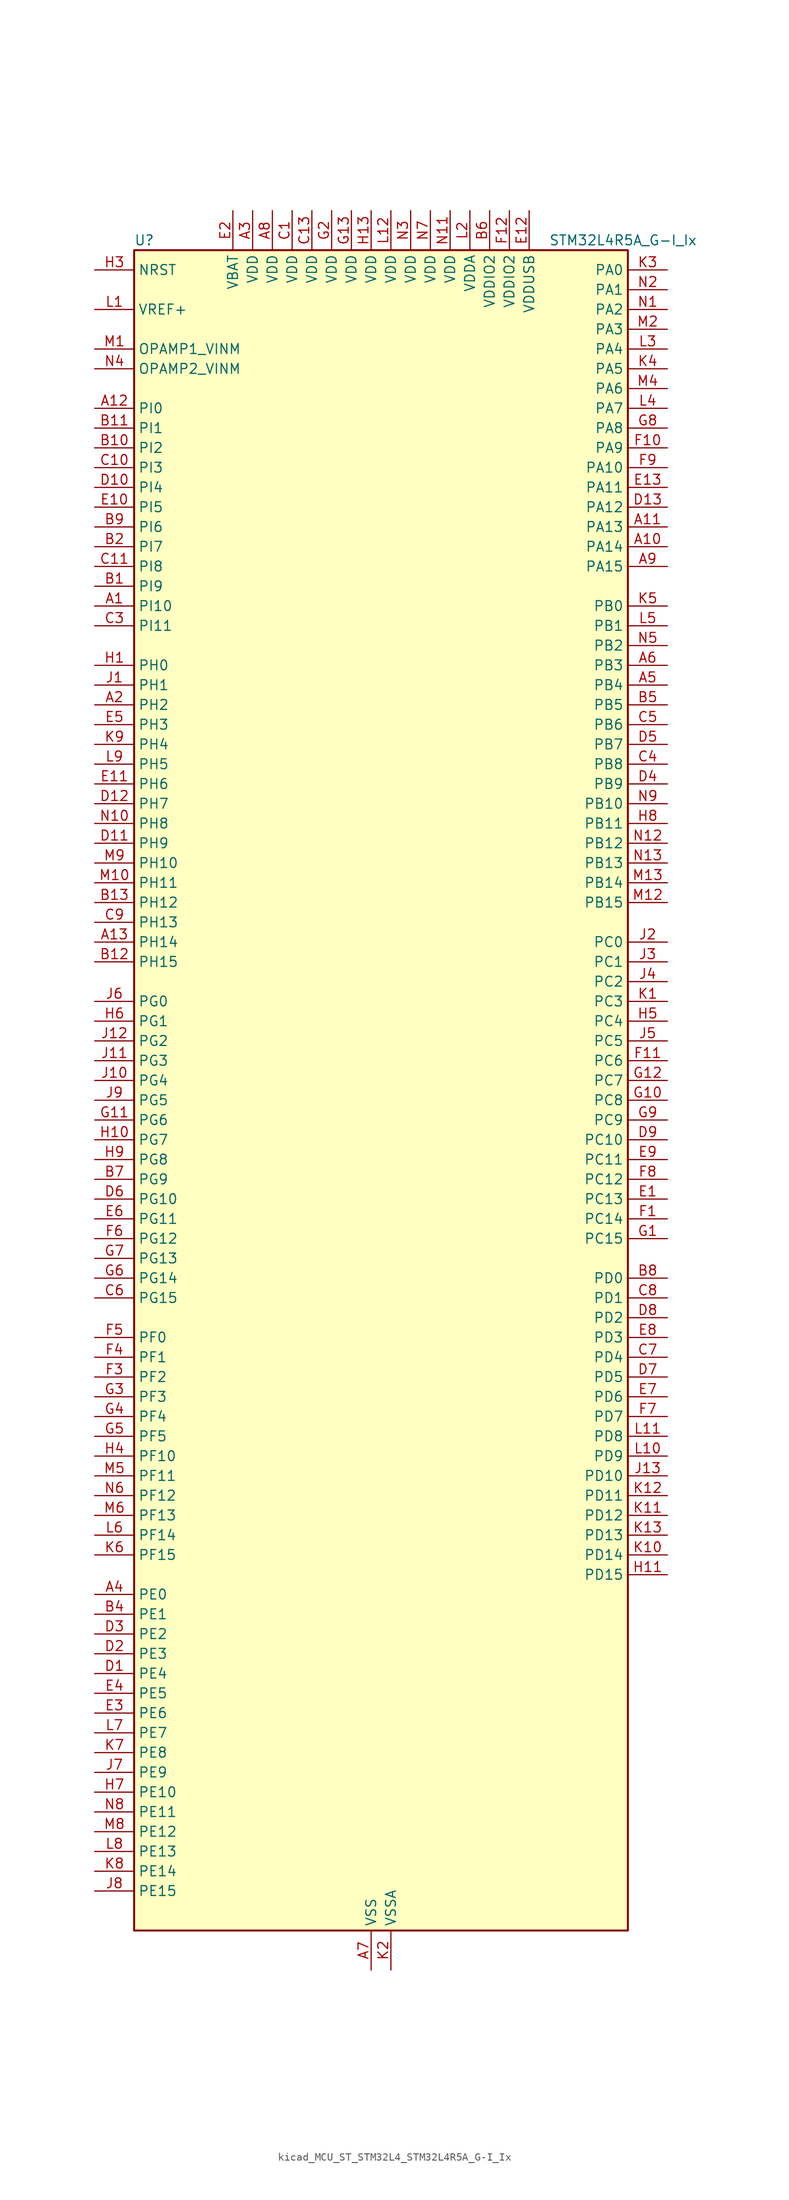
<source format=kicad_sym>
(kicad_symbol_lib
  (version 20220914)
  (generator kicad_symbol_editor)
  (symbol "kicad_MCU_ST_STM32L4_STM32L4R5A_G-I_Ix"
    (property "Reference" "U"
      (at -30.48 110.49 0)
      (effects (font (size 1.27 1.27)) (justify left)))
    (property "Value" "STM32L4R5A_G-I_Ix"
      (at 22.86 110.49 0)
      (effects (font (size 1.27 1.27)) (justify left)))
    (property "ki_locked" ""
      (at 0 0 0)
      (effects (font (size 1.27 1.27))))
    (symbol "kicad_MCU_ST_STM32L4_STM32L4R5A_G-I_Ix_0_1"
      (rectangle (start -30.48 -106.68) (end 33.02 109.22) (stroke (width 0.254) (type default)) (fill (type background))))
    (symbol "kicad_MCU_ST_STM32L4_STM32L4R5A_G-I_Ix_1_1"
      (pin bidirectional line (at -35.56 63.5 0) (length 5.08) (name "PI10" (effects (font (size 1.27 1.27)))) (number "A1" (effects (font (size 1.27 1.27)))) (alternate "OCTOSPIM_P2_IO1" bidirectional line))
      (pin bidirectional line (at 38.1 71.12 180) (length 5.08) (name "PA14" (effects (font (size 1.27 1.27)))) (number "A10" (effects (font (size 1.27 1.27)))) (alternate "I2C1_SMBA" bidirectional line) (alternate "I2C4_SMBA" bidirectional line) (alternate "LPTIM1_OUT" bidirectional line) (alternate "SAI1_FS_B" bidirectional line) (alternate "SYS_JTCK-SWCLK" bidirectional line) (alternate "USB_OTG_FS_SOF" bidirectional line))
      (pin bidirectional line (at 38.1 73.66 180) (length 5.08) (name "PA13" (effects (font (size 1.27 1.27)))) (number "A11" (effects (font (size 1.27 1.27)))) (alternate "IR_OUT" bidirectional line) (alternate "SAI1_SD_B" bidirectional line) (alternate "SYS_JTMS-SWDIO" bidirectional line) (alternate "USB_OTG_FS_NOE" bidirectional line))
      (pin bidirectional line (at -35.56 88.9 0) (length 5.08) (name "PI0" (effects (font (size 1.27 1.27)))) (number "A12" (effects (font (size 1.27 1.27)))) (alternate "DCMI_D13" bidirectional line) (alternate "OCTOSPIM_P1_IO5" bidirectional line) (alternate "SPI2_NSS" bidirectional line) (alternate "TIM5_CH4" bidirectional line))
      (pin bidirectional line (at -35.56 20.32 0) (length 5.08) (name "PH14" (effects (font (size 1.27 1.27)))) (number "A13" (effects (font (size 1.27 1.27)))) (alternate "DCMI_D4" bidirectional line) (alternate "TIM8_CH2N" bidirectional line))
      (pin bidirectional line (at -35.56 50.8 0) (length 5.08) (name "PH2" (effects (font (size 1.27 1.27)))) (number "A2" (effects (font (size 1.27 1.27)))) (alternate "OCTOSPIM_P1_IO4" bidirectional line))
      (pin power_in line (at -15.24 114.3 270) (length 5.08) (name "VDD" (effects (font (size 1.27 1.27)))) (number "A3" (effects (font (size 1.27 1.27)))))
      (pin bidirectional line (at -35.56 -63.5 0) (length 5.08) (name "PE0" (effects (font (size 1.27 1.27)))) (number "A4" (effects (font (size 1.27 1.27)))) (alternate "DCMI_D2" bidirectional line) (alternate "FMC_NBL0" bidirectional line) (alternate "TIM16_CH1" bidirectional line) (alternate "TIM4_ETR" bidirectional line))
      (pin bidirectional line (at 38.1 53.34 180) (length 5.08) (name "PB4" (effects (font (size 1.27 1.27)))) (number "A5" (effects (font (size 1.27 1.27)))) (alternate "COMP2_INP" bidirectional line) (alternate "DCMI_D12" bidirectional line) (alternate "I2C3_SDA" bidirectional line) (alternate "SAI1_MCLK_B" bidirectional line) (alternate "SPI1_MISO" bidirectional line) (alternate "SPI3_MISO" bidirectional line) (alternate "SYS_JTRST" bidirectional line) (alternate "TIM17_BKIN" bidirectional line) (alternate "TIM3_CH1" bidirectional line) (alternate "TSC_G2_IO1" bidirectional line) (alternate "UART5_DE" bidirectional line) (alternate "UART5_RTS" bidirectional line) (alternate "USART1_CTS" bidirectional line) (alternate "USART1_NSS" bidirectional line))
      (pin bidirectional line (at 38.1 55.88 180) (length 5.08) (name "PB3" (effects (font (size 1.27 1.27)))) (number "A6" (effects (font (size 1.27 1.27)))) (alternate "COMP2_INM" bidirectional line) (alternate "CRS_SYNC" bidirectional line) (alternate "SAI1_SCK_B" bidirectional line) (alternate "SPI1_SCK" bidirectional line) (alternate "SPI3_SCK" bidirectional line) (alternate "SYS_JTDO-SWO" bidirectional line) (alternate "TIM2_CH2" bidirectional line) (alternate "USART1_DE" bidirectional line) (alternate "USART1_RTS" bidirectional line))
      (pin power_in line (at 0 -111.76 90) (length 5.08) (name "VSS" (effects (font (size 1.27 1.27)))) (number "A7" (effects (font (size 1.27 1.27)))))
      (pin power_in line (at -12.7 114.3 270) (length 5.08) (name "VDD" (effects (font (size 1.27 1.27)))) (number "A8" (effects (font (size 1.27 1.27)))))
      (pin bidirectional line (at 38.1 68.58 180) (length 5.08) (name "PA15" (effects (font (size 1.27 1.27)))) (number "A9" (effects (font (size 1.27 1.27)))) (alternate "ADC1_EXTI15" bidirectional line) (alternate "SAI2_FS_B" bidirectional line) (alternate "SPI1_NSS" bidirectional line) (alternate "SPI3_NSS" bidirectional line) (alternate "SYS_JTDI" bidirectional line) (alternate "TIM2_CH1" bidirectional line) (alternate "TIM2_ETR" bidirectional line) (alternate "TSC_G3_IO1" bidirectional line) (alternate "UART4_DE" bidirectional line) (alternate "UART4_RTS" bidirectional line) (alternate "USART2_RX" bidirectional line) (alternate "USART3_DE" bidirectional line) (alternate "USART3_RTS" bidirectional line))
      (pin bidirectional line (at -35.56 66.04 0) (length 5.08) (name "PI9" (effects (font (size 1.27 1.27)))) (number "B1" (effects (font (size 1.27 1.27)))) (alternate "CAN1_RX" bidirectional line) (alternate "DAC1_EXTI9" bidirectional line) (alternate "OCTOSPIM_P2_IO2" bidirectional line))
      (pin bidirectional line (at -35.56 83.82 0) (length 5.08) (name "PI2" (effects (font (size 1.27 1.27)))) (number "B10" (effects (font (size 1.27 1.27)))) (alternate "DCMI_D9" bidirectional line) (alternate "SPI2_MISO" bidirectional line) (alternate "TIM8_CH4" bidirectional line))
      (pin bidirectional line (at -35.56 86.36 0) (length 5.08) (name "PI1" (effects (font (size 1.27 1.27)))) (number "B11" (effects (font (size 1.27 1.27)))) (alternate "DCMI_D8" bidirectional line) (alternate "SPI2_SCK" bidirectional line))
      (pin bidirectional line (at -35.56 17.78 0) (length 5.08) (name "PH15" (effects (font (size 1.27 1.27)))) (number "B12" (effects (font (size 1.27 1.27)))) (alternate "ADC1_EXTI15" bidirectional line) (alternate "DCMI_D11" bidirectional line) (alternate "OCTOSPIM_P2_IO6" bidirectional line) (alternate "TIM8_CH3N" bidirectional line))
      (pin bidirectional line (at -35.56 25.4 0) (length 5.08) (name "PH12" (effects (font (size 1.27 1.27)))) (number "B13" (effects (font (size 1.27 1.27)))) (alternate "DCMI_D3" bidirectional line) (alternate "OCTOSPIM_P2_IO7" bidirectional line) (alternate "TIM5_CH3" bidirectional line))
      (pin bidirectional line (at -35.56 71.12 0) (length 5.08) (name "PI7" (effects (font (size 1.27 1.27)))) (number "B2" (effects (font (size 1.27 1.27)))) (alternate "DCMI_D7" bidirectional line) (alternate "TIM8_CH3" bidirectional line))
      (pin passive line (at 0 -111.76 90) (length 5.08) hide (name "VSS" (effects (font (size 1.27 1.27)))) (number "B3" (effects (font (size 1.27 1.27)))))
      (pin bidirectional line (at -35.56 -66.04 0) (length 5.08) (name "PE1" (effects (font (size 1.27 1.27)))) (number "B4" (effects (font (size 1.27 1.27)))) (alternate "DCMI_D3" bidirectional line) (alternate "FMC_NBL1" bidirectional line) (alternate "TIM17_CH1" bidirectional line))
      (pin bidirectional line (at 38.1 50.8 180) (length 5.08) (name "PB5" (effects (font (size 1.27 1.27)))) (number "B5" (effects (font (size 1.27 1.27)))) (alternate "COMP2_OUT" bidirectional line) (alternate "DCMI_D10" bidirectional line) (alternate "I2C1_SMBA" bidirectional line) (alternate "LPTIM1_IN1" bidirectional line) (alternate "SAI1_SD_B" bidirectional line) (alternate "SPI1_MOSI" bidirectional line) (alternate "SPI3_MOSI" bidirectional line) (alternate "TIM16_BKIN" bidirectional line) (alternate "TIM3_CH2" bidirectional line) (alternate "TSC_G2_IO2" bidirectional line) (alternate "UART5_CTS" bidirectional line) (alternate "USART1_CK" bidirectional line))
      (pin power_in line (at 15.24 114.3 270) (length 5.08) (name "VDDIO2" (effects (font (size 1.27 1.27)))) (number "B6" (effects (font (size 1.27 1.27)))))
      (pin bidirectional line (at -35.56 -10.16 0) (length 5.08) (name "PG9" (effects (font (size 1.27 1.27)))) (number "B7" (effects (font (size 1.27 1.27)))) (alternate "DAC1_EXTI9" bidirectional line) (alternate "FMC_NCE" bidirectional line) (alternate "FMC_NE2" bidirectional line) (alternate "OCTOSPIM_P2_IO6" bidirectional line) (alternate "SAI2_SCK_A" bidirectional line) (alternate "SPI3_SCK" bidirectional line) (alternate "TIM15_CH1N" bidirectional line) (alternate "USART1_TX" bidirectional line))
      (pin bidirectional line (at 38.1 -22.86 180) (length 5.08) (name "PD0" (effects (font (size 1.27 1.27)))) (number "B8" (effects (font (size 1.27 1.27)))) (alternate "CAN1_RX" bidirectional line) (alternate "DFSDM1_DATIN7" bidirectional line) (alternate "FMC_D2" bidirectional line) (alternate "FMC_DA2" bidirectional line) (alternate "SPI2_NSS" bidirectional line))
      (pin bidirectional line (at -35.56 73.66 0) (length 5.08) (name "PI6" (effects (font (size 1.27 1.27)))) (number "B9" (effects (font (size 1.27 1.27)))) (alternate "DCMI_D6" bidirectional line) (alternate "OCTOSPIM_P2_CLK" bidirectional line) (alternate "TIM8_CH2" bidirectional line))
      (pin power_in line (at -10.16 114.3 270) (length 5.08) (name "VDD" (effects (font (size 1.27 1.27)))) (number "C1" (effects (font (size 1.27 1.27)))))
      (pin bidirectional line (at -35.56 81.28 0) (length 5.08) (name "PI3" (effects (font (size 1.27 1.27)))) (number "C10" (effects (font (size 1.27 1.27)))) (alternate "DCMI_D10" bidirectional line) (alternate "SPI2_MOSI" bidirectional line) (alternate "TIM8_ETR" bidirectional line))
      (pin bidirectional line (at -35.56 68.58 0) (length 5.08) (name "PI8" (effects (font (size 1.27 1.27)))) (number "C11" (effects (font (size 1.27 1.27)))) (alternate "DCMI_D12" bidirectional line) (alternate "OCTOSPIM_P2_NCS" bidirectional line))
      (pin passive line (at 0 -111.76 90) (length 5.08) hide (name "VSS" (effects (font (size 1.27 1.27)))) (number "C12" (effects (font (size 1.27 1.27)))))
      (pin power_in line (at -7.62 114.3 270) (length 5.08) (name "VDD" (effects (font (size 1.27 1.27)))) (number "C13" (effects (font (size 1.27 1.27)))))
      (pin passive line (at 0 -111.76 90) (length 5.08) hide (name "VSS" (effects (font (size 1.27 1.27)))) (number "C2" (effects (font (size 1.27 1.27)))))
      (pin bidirectional line (at -35.56 60.96 0) (length 5.08) (name "PI11" (effects (font (size 1.27 1.27)))) (number "C3" (effects (font (size 1.27 1.27)))) (alternate "ADC1_EXTI11" bidirectional line) (alternate "OCTOSPIM_P2_IO0" bidirectional line))
      (pin bidirectional line (at 38.1 43.18 180) (length 5.08) (name "PB8" (effects (font (size 1.27 1.27)))) (number "C4" (effects (font (size 1.27 1.27)))) (alternate "CAN1_RX" bidirectional line) (alternate "DCMI_D6" bidirectional line) (alternate "DFSDM1_CKOUT" bidirectional line) (alternate "DFSDM1_DATIN6" bidirectional line) (alternate "I2C1_SCL" bidirectional line) (alternate "SAI1_CK1" bidirectional line) (alternate "SAI1_MCLK_A" bidirectional line) (alternate "SDMMC1_CKIN" bidirectional line) (alternate "SDMMC1_D4" bidirectional line) (alternate "TIM16_CH1" bidirectional line) (alternate "TIM4_CH3" bidirectional line))
      (pin bidirectional line (at 38.1 48.26 180) (length 5.08) (name "PB6" (effects (font (size 1.27 1.27)))) (number "C5" (effects (font (size 1.27 1.27)))) (alternate "COMP2_INP" bidirectional line) (alternate "DCMI_D5" bidirectional line) (alternate "DFSDM1_DATIN5" bidirectional line) (alternate "I2C1_SCL" bidirectional line) (alternate "I2C4_SCL" bidirectional line) (alternate "LPTIM1_ETR" bidirectional line) (alternate "SAI1_FS_B" bidirectional line) (alternate "TIM16_CH1N" bidirectional line) (alternate "TIM4_CH1" bidirectional line) (alternate "TIM8_BKIN2" bidirectional line) (alternate "TSC_G2_IO3" bidirectional line) (alternate "USART1_TX" bidirectional line))
      (pin bidirectional line (at -35.56 -25.4 0) (length 5.08) (name "PG15" (effects (font (size 1.27 1.27)))) (number "C6" (effects (font (size 1.27 1.27)))) (alternate "ADC1_EXTI15" bidirectional line) (alternate "DCMI_D13" bidirectional line) (alternate "I2C1_SMBA" bidirectional line) (alternate "LPTIM1_OUT" bidirectional line) (alternate "OCTOSPIM_P2_DQS" bidirectional line))
      (pin bidirectional line (at 38.1 -33.02 180) (length 5.08) (name "PD4" (effects (font (size 1.27 1.27)))) (number "C7" (effects (font (size 1.27 1.27)))) (alternate "DFSDM1_CKIN0" bidirectional line) (alternate "FMC_NOE" bidirectional line) (alternate "OCTOSPIM_P1_IO4" bidirectional line) (alternate "SPI2_MOSI" bidirectional line) (alternate "USART2_DE" bidirectional line) (alternate "USART2_RTS" bidirectional line))
      (pin bidirectional line (at 38.1 -25.4 180) (length 5.08) (name "PD1" (effects (font (size 1.27 1.27)))) (number "C8" (effects (font (size 1.27 1.27)))) (alternate "CAN1_TX" bidirectional line) (alternate "DFSDM1_CKIN7" bidirectional line) (alternate "FMC_D3" bidirectional line) (alternate "FMC_DA3" bidirectional line) (alternate "SPI2_SCK" bidirectional line))
      (pin bidirectional line (at -35.56 22.86 0) (length 5.08) (name "PH13" (effects (font (size 1.27 1.27)))) (number "C9" (effects (font (size 1.27 1.27)))) (alternate "CAN1_TX" bidirectional line) (alternate "TIM8_CH1N" bidirectional line))
      (pin bidirectional line (at -35.56 -73.66 0) (length 5.08) (name "PE4" (effects (font (size 1.27 1.27)))) (number "D1" (effects (font (size 1.27 1.27)))) (alternate "DCMI_D4" bidirectional line) (alternate "DFSDM1_DATIN3" bidirectional line) (alternate "FMC_A20" bidirectional line) (alternate "SAI1_D2" bidirectional line) (alternate "SAI1_FS_A" bidirectional line) (alternate "SYS_TRACED1" bidirectional line) (alternate "TIM3_CH2" bidirectional line) (alternate "TSC_G7_IO3" bidirectional line))
      (pin bidirectional line (at -35.56 78.74 0) (length 5.08) (name "PI4" (effects (font (size 1.27 1.27)))) (number "D10" (effects (font (size 1.27 1.27)))) (alternate "DCMI_D5" bidirectional line) (alternate "TIM8_BKIN" bidirectional line))
      (pin bidirectional line (at -35.56 33.02 0) (length 5.08) (name "PH9" (effects (font (size 1.27 1.27)))) (number "D11" (effects (font (size 1.27 1.27)))) (alternate "DAC1_EXTI9" bidirectional line) (alternate "DCMI_D0" bidirectional line) (alternate "I2C3_SMBA" bidirectional line) (alternate "OCTOSPIM_P2_IO4" bidirectional line))
      (pin bidirectional line (at -35.56 38.1 0) (length 5.08) (name "PH7" (effects (font (size 1.27 1.27)))) (number "D12" (effects (font (size 1.27 1.27)))) (alternate "DCMI_D9" bidirectional line) (alternate "I2C3_SCL" bidirectional line))
      (pin bidirectional line (at 38.1 76.2 180) (length 5.08) (name "PA12" (effects (font (size 1.27 1.27)))) (number "D13" (effects (font (size 1.27 1.27)))) (alternate "CAN1_TX" bidirectional line) (alternate "SPI1_MOSI" bidirectional line) (alternate "TIM1_ETR" bidirectional line) (alternate "USART1_DE" bidirectional line) (alternate "USART1_RTS" bidirectional line) (alternate "USB_OTG_FS_DP" bidirectional line))
      (pin bidirectional line (at -35.56 -71.12 0) (length 5.08) (name "PE3" (effects (font (size 1.27 1.27)))) (number "D2" (effects (font (size 1.27 1.27)))) (alternate "FMC_A19" bidirectional line) (alternate "OCTOSPIM_P1_DQS" bidirectional line) (alternate "SAI1_SD_B" bidirectional line) (alternate "SYS_TRACED0" bidirectional line) (alternate "TIM3_CH1" bidirectional line) (alternate "TSC_G7_IO2" bidirectional line))
      (pin bidirectional line (at -35.56 -68.58 0) (length 5.08) (name "PE2" (effects (font (size 1.27 1.27)))) (number "D3" (effects (font (size 1.27 1.27)))) (alternate "FMC_A23" bidirectional line) (alternate "SAI1_CK1" bidirectional line) (alternate "SAI1_MCLK_A" bidirectional line) (alternate "SYS_TRACECLK" bidirectional line) (alternate "TIM3_ETR" bidirectional line) (alternate "TSC_G7_IO1" bidirectional line))
      (pin bidirectional line (at 38.1 40.64 180) (length 5.08) (name "PB9" (effects (font (size 1.27 1.27)))) (number "D4" (effects (font (size 1.27 1.27)))) (alternate "CAN1_TX" bidirectional line) (alternate "DAC1_EXTI9" bidirectional line) (alternate "DCMI_D7" bidirectional line) (alternate "DFSDM1_CKIN6" bidirectional line) (alternate "I2C1_SDA" bidirectional line) (alternate "IR_OUT" bidirectional line) (alternate "SAI1_D2" bidirectional line) (alternate "SAI1_FS_A" bidirectional line) (alternate "SDMMC1_CDIR" bidirectional line) (alternate "SDMMC1_D5" bidirectional line) (alternate "SPI2_NSS" bidirectional line) (alternate "TIM17_CH1" bidirectional line) (alternate "TIM4_CH4" bidirectional line))
      (pin bidirectional line (at 38.1 45.72 180) (length 5.08) (name "PB7" (effects (font (size 1.27 1.27)))) (number "D5" (effects (font (size 1.27 1.27)))) (alternate "COMP2_INM" bidirectional line) (alternate "DCMI_VSYNC" bidirectional line) (alternate "DFSDM1_CKIN5" bidirectional line) (alternate "FMC_NL" bidirectional line) (alternate "I2C1_SDA" bidirectional line) (alternate "I2C4_SDA" bidirectional line) (alternate "LPTIM1_IN2" bidirectional line) (alternate "SYS_PVD_IN" bidirectional line) (alternate "TIM17_CH1N" bidirectional line) (alternate "TIM4_CH2" bidirectional line) (alternate "TIM8_BKIN" bidirectional line) (alternate "TSC_G2_IO4" bidirectional line) (alternate "UART4_CTS" bidirectional line) (alternate "USART1_RX" bidirectional line))
      (pin bidirectional line (at -35.56 -12.7 0) (length 5.08) (name "PG10" (effects (font (size 1.27 1.27)))) (number "D6" (effects (font (size 1.27 1.27)))) (alternate "FMC_NE3" bidirectional line) (alternate "LPTIM1_IN1" bidirectional line) (alternate "OCTOSPIM_P2_IO7" bidirectional line) (alternate "SAI2_FS_A" bidirectional line) (alternate "SPI3_MISO" bidirectional line) (alternate "TIM15_CH1" bidirectional line) (alternate "USART1_RX" bidirectional line))
      (pin bidirectional line (at 38.1 -35.56 180) (length 5.08) (name "PD5" (effects (font (size 1.27 1.27)))) (number "D7" (effects (font (size 1.27 1.27)))) (alternate "FMC_NWE" bidirectional line) (alternate "OCTOSPIM_P1_IO5" bidirectional line) (alternate "USART2_TX" bidirectional line))
      (pin bidirectional line (at 38.1 -27.94 180) (length 5.08) (name "PD2" (effects (font (size 1.27 1.27)))) (number "D8" (effects (font (size 1.27 1.27)))) (alternate "DCMI_D11" bidirectional line) (alternate "SDMMC1_CMD" bidirectional line) (alternate "SYS_TRACED2" bidirectional line) (alternate "TIM3_ETR" bidirectional line) (alternate "TSC_SYNC" bidirectional line) (alternate "UART5_RX" bidirectional line) (alternate "USART3_DE" bidirectional line) (alternate "USART3_RTS" bidirectional line))
      (pin bidirectional line (at 38.1 -5.08 180) (length 5.08) (name "PC10" (effects (font (size 1.27 1.27)))) (number "D9" (effects (font (size 1.27 1.27)))) (alternate "DCMI_D8" bidirectional line) (alternate "SAI2_SCK_B" bidirectional line) (alternate "SDMMC1_D2" bidirectional line) (alternate "SPI3_SCK" bidirectional line) (alternate "SYS_TRACED1" bidirectional line) (alternate "TSC_G3_IO2" bidirectional line) (alternate "UART4_TX" bidirectional line) (alternate "USART3_TX" bidirectional line))
      (pin bidirectional line (at 38.1 -12.7 180) (length 5.08) (name "PC13" (effects (font (size 1.27 1.27)))) (number "E1" (effects (font (size 1.27 1.27)))) (alternate "RTC_OUT_ALARM" bidirectional line) (alternate "RTC_OUT_CALIB" bidirectional line) (alternate "RTC_TAMP1" bidirectional line) (alternate "RTC_TS" bidirectional line) (alternate "SYS_WKUP2" bidirectional line))
      (pin bidirectional line (at -35.56 76.2 0) (length 5.08) (name "PI5" (effects (font (size 1.27 1.27)))) (number "E10" (effects (font (size 1.27 1.27)))) (alternate "DCMI_VSYNC" bidirectional line) (alternate "OCTOSPIM_P2_NCS" bidirectional line) (alternate "TIM8_CH1" bidirectional line))
      (pin bidirectional line (at -35.56 40.64 0) (length 5.08) (name "PH6" (effects (font (size 1.27 1.27)))) (number "E11" (effects (font (size 1.27 1.27)))) (alternate "DCMI_D8" bidirectional line) (alternate "I2C2_SMBA" bidirectional line) (alternate "OCTOSPIM_P2_CLK" bidirectional line))
      (pin power_in line (at 20.32 114.3 270) (length 5.08) (name "VDDUSB" (effects (font (size 1.27 1.27)))) (number "E12" (effects (font (size 1.27 1.27)))))
      (pin bidirectional line (at 38.1 78.74 180) (length 5.08) (name "PA11" (effects (font (size 1.27 1.27)))) (number "E13" (effects (font (size 1.27 1.27)))) (alternate "ADC1_EXTI11" bidirectional line) (alternate "CAN1_RX" bidirectional line) (alternate "SPI1_MISO" bidirectional line) (alternate "TIM1_BKIN2" bidirectional line) (alternate "TIM1_CH4" bidirectional line) (alternate "USART1_CTS" bidirectional line) (alternate "USART1_NSS" bidirectional line) (alternate "USB_OTG_FS_DM" bidirectional line))
      (pin power_in line (at -17.78 114.3 270) (length 5.08) (name "VBAT" (effects (font (size 1.27 1.27)))) (number "E2" (effects (font (size 1.27 1.27)))))
      (pin bidirectional line (at -35.56 -78.74 0) (length 5.08) (name "PE6" (effects (font (size 1.27 1.27)))) (number "E3" (effects (font (size 1.27 1.27)))) (alternate "DCMI_D7" bidirectional line) (alternate "FMC_A22" bidirectional line) (alternate "RTC_TAMP3" bidirectional line) (alternate "SAI1_D1" bidirectional line) (alternate "SAI1_SD_A" bidirectional line) (alternate "SYS_TRACED3" bidirectional line) (alternate "SYS_WKUP3" bidirectional line) (alternate "TIM3_CH4" bidirectional line))
      (pin bidirectional line (at -35.56 -76.2 0) (length 5.08) (name "PE5" (effects (font (size 1.27 1.27)))) (number "E4" (effects (font (size 1.27 1.27)))) (alternate "DCMI_D6" bidirectional line) (alternate "DFSDM1_CKIN3" bidirectional line) (alternate "FMC_A21" bidirectional line) (alternate "SAI1_CK2" bidirectional line) (alternate "SAI1_SCK_A" bidirectional line) (alternate "SYS_TRACED2" bidirectional line) (alternate "TIM3_CH3" bidirectional line) (alternate "TSC_G7_IO4" bidirectional line))
      (pin bidirectional line (at -35.56 48.26 0) (length 5.08) (name "PH3" (effects (font (size 1.27 1.27)))) (number "E5" (effects (font (size 1.27 1.27)))))
      (pin bidirectional line (at -35.56 -15.24 0) (length 5.08) (name "PG11" (effects (font (size 1.27 1.27)))) (number "E6" (effects (font (size 1.27 1.27)))) (alternate "ADC1_EXTI11" bidirectional line) (alternate "LPTIM1_IN2" bidirectional line) (alternate "OCTOSPIM_P1_IO5" bidirectional line) (alternate "SAI2_MCLK_A" bidirectional line) (alternate "SPI3_MOSI" bidirectional line) (alternate "TIM15_CH2" bidirectional line) (alternate "USART1_CTS" bidirectional line) (alternate "USART1_NSS" bidirectional line))
      (pin bidirectional line (at 38.1 -38.1 180) (length 5.08) (name "PD6" (effects (font (size 1.27 1.27)))) (number "E7" (effects (font (size 1.27 1.27)))) (alternate "DCMI_D10" bidirectional line) (alternate "DFSDM1_DATIN1" bidirectional line) (alternate "FMC_NWAIT" bidirectional line) (alternate "OCTOSPIM_P1_IO6" bidirectional line) (alternate "SAI1_D1" bidirectional line) (alternate "SAI1_SD_A" bidirectional line) (alternate "SPI3_MOSI" bidirectional line) (alternate "USART2_RX" bidirectional line))
      (pin bidirectional line (at 38.1 -30.48 180) (length 5.08) (name "PD3" (effects (font (size 1.27 1.27)))) (number "E8" (effects (font (size 1.27 1.27)))) (alternate "DCMI_D5" bidirectional line) (alternate "DFSDM1_DATIN0" bidirectional line) (alternate "FMC_CLK" bidirectional line) (alternate "OCTOSPIM_P2_NCS" bidirectional line) (alternate "SPI2_MISO" bidirectional line) (alternate "SPI2_SCK" bidirectional line) (alternate "USART2_CTS" bidirectional line) (alternate "USART2_NSS" bidirectional line))
      (pin bidirectional line (at 38.1 -7.62 180) (length 5.08) (name "PC11" (effects (font (size 1.27 1.27)))) (number "E9" (effects (font (size 1.27 1.27)))) (alternate "ADC1_EXTI11" bidirectional line) (alternate "DCMI_D2" bidirectional line) (alternate "DCMI_D4" bidirectional line) (alternate "OCTOSPIM_P1_NCS" bidirectional line) (alternate "SAI2_MCLK_B" bidirectional line) (alternate "SDMMC1_D3" bidirectional line) (alternate "SPI3_MISO" bidirectional line) (alternate "TSC_G3_IO3" bidirectional line) (alternate "UART4_RX" bidirectional line) (alternate "USART3_RX" bidirectional line))
      (pin bidirectional line (at 38.1 -15.24 180) (length 5.08) (name "PC14" (effects (font (size 1.27 1.27)))) (number "F1" (effects (font (size 1.27 1.27)))) (alternate "RCC_OSC32_IN" bidirectional line))
      (pin bidirectional line (at 38.1 83.82 180) (length 5.08) (name "PA9" (effects (font (size 1.27 1.27)))) (number "F10" (effects (font (size 1.27 1.27)))) (alternate "DAC1_EXTI9" bidirectional line) (alternate "DCMI_D0" bidirectional line) (alternate "SAI1_FS_A" bidirectional line) (alternate "SPI2_SCK" bidirectional line) (alternate "TIM15_BKIN" bidirectional line) (alternate "TIM1_CH2" bidirectional line) (alternate "USART1_TX" bidirectional line) (alternate "USB_OTG_FS_VBUS" bidirectional line))
      (pin bidirectional line (at 38.1 5.08 180) (length 5.08) (name "PC6" (effects (font (size 1.27 1.27)))) (number "F11" (effects (font (size 1.27 1.27)))) (alternate "DCMI_D0" bidirectional line) (alternate "DFSDM1_CKIN3" bidirectional line) (alternate "SAI2_MCLK_A" bidirectional line) (alternate "SDMMC1_D0DIR" bidirectional line) (alternate "SDMMC1_D6" bidirectional line) (alternate "TIM3_CH1" bidirectional line) (alternate "TIM8_CH1" bidirectional line) (alternate "TSC_G4_IO1" bidirectional line))
      (pin power_in line (at 17.78 114.3 270) (length 5.08) (name "VDDIO2" (effects (font (size 1.27 1.27)))) (number "F12" (effects (font (size 1.27 1.27)))))
      (pin passive line (at 0 -111.76 90) (length 5.08) hide (name "VSS" (effects (font (size 1.27 1.27)))) (number "F13" (effects (font (size 1.27 1.27)))))
      (pin passive line (at 0 -111.76 90) (length 5.08) hide (name "VSS" (effects (font (size 1.27 1.27)))) (number "F2" (effects (font (size 1.27 1.27)))))
      (pin bidirectional line (at -35.56 -35.56 0) (length 5.08) (name "PF2" (effects (font (size 1.27 1.27)))) (number "F3" (effects (font (size 1.27 1.27)))) (alternate "FMC_A2" bidirectional line) (alternate "I2C2_SMBA" bidirectional line) (alternate "OCTOSPIM_P2_IO2" bidirectional line))
      (pin bidirectional line (at -35.56 -33.02 0) (length 5.08) (name "PF1" (effects (font (size 1.27 1.27)))) (number "F4" (effects (font (size 1.27 1.27)))) (alternate "FMC_A1" bidirectional line) (alternate "I2C2_SCL" bidirectional line) (alternate "OCTOSPIM_P2_IO1" bidirectional line))
      (pin bidirectional line (at -35.56 -30.48 0) (length 5.08) (name "PF0" (effects (font (size 1.27 1.27)))) (number "F5" (effects (font (size 1.27 1.27)))) (alternate "FMC_A0" bidirectional line) (alternate "I2C2_SDA" bidirectional line) (alternate "OCTOSPIM_P2_IO0" bidirectional line))
      (pin bidirectional line (at -35.56 -17.78 0) (length 5.08) (name "PG12" (effects (font (size 1.27 1.27)))) (number "F6" (effects (font (size 1.27 1.27)))) (alternate "FMC_NE4" bidirectional line) (alternate "LPTIM1_ETR" bidirectional line) (alternate "OCTOSPIM_P2_NCS" bidirectional line) (alternate "SAI2_SD_A" bidirectional line) (alternate "SPI3_NSS" bidirectional line) (alternate "USART1_DE" bidirectional line) (alternate "USART1_RTS" bidirectional line))
      (pin bidirectional line (at 38.1 -40.64 180) (length 5.08) (name "PD7" (effects (font (size 1.27 1.27)))) (number "F7" (effects (font (size 1.27 1.27)))) (alternate "DFSDM1_CKIN1" bidirectional line) (alternate "FMC_NCE" bidirectional line) (alternate "FMC_NE1" bidirectional line) (alternate "OCTOSPIM_P1_IO7" bidirectional line) (alternate "USART2_CK" bidirectional line))
      (pin bidirectional line (at 38.1 -10.16 180) (length 5.08) (name "PC12" (effects (font (size 1.27 1.27)))) (number "F8" (effects (font (size 1.27 1.27)))) (alternate "DCMI_D9" bidirectional line) (alternate "SAI2_SD_B" bidirectional line) (alternate "SDMMC1_CK" bidirectional line) (alternate "SPI3_MOSI" bidirectional line) (alternate "SYS_TRACED3" bidirectional line) (alternate "TSC_G3_IO4" bidirectional line) (alternate "UART5_TX" bidirectional line) (alternate "USART3_CK" bidirectional line))
      (pin bidirectional line (at 38.1 81.28 180) (length 5.08) (name "PA10" (effects (font (size 1.27 1.27)))) (number "F9" (effects (font (size 1.27 1.27)))) (alternate "DCMI_D1" bidirectional line) (alternate "SAI1_D1" bidirectional line) (alternate "SAI1_SD_A" bidirectional line) (alternate "TIM17_BKIN" bidirectional line) (alternate "TIM1_CH3" bidirectional line) (alternate "USART1_RX" bidirectional line) (alternate "USB_OTG_FS_ID" bidirectional line))
      (pin bidirectional line (at 38.1 -17.78 180) (length 5.08) (name "PC15" (effects (font (size 1.27 1.27)))) (number "G1" (effects (font (size 1.27 1.27)))) (alternate "ADC1_EXTI15" bidirectional line) (alternate "RCC_OSC32_OUT" bidirectional line))
      (pin bidirectional line (at 38.1 0 180) (length 5.08) (name "PC8" (effects (font (size 1.27 1.27)))) (number "G10" (effects (font (size 1.27 1.27)))) (alternate "DCMI_D2" bidirectional line) (alternate "SDMMC1_D0" bidirectional line) (alternate "TIM3_CH3" bidirectional line) (alternate "TIM8_CH3" bidirectional line) (alternate "TSC_G4_IO3" bidirectional line))
      (pin bidirectional line (at -35.56 -2.54 0) (length 5.08) (name "PG6" (effects (font (size 1.27 1.27)))) (number "G11" (effects (font (size 1.27 1.27)))) (alternate "I2C3_SMBA" bidirectional line) (alternate "LPUART1_DE" bidirectional line) (alternate "LPUART1_RTS" bidirectional line) (alternate "OCTOSPIM_P1_DQS" bidirectional line))
      (pin bidirectional line (at 38.1 2.54 180) (length 5.08) (name "PC7" (effects (font (size 1.27 1.27)))) (number "G12" (effects (font (size 1.27 1.27)))) (alternate "DCMI_D1" bidirectional line) (alternate "DFSDM1_DATIN3" bidirectional line) (alternate "SAI2_MCLK_B" bidirectional line) (alternate "SDMMC1_D123DIR" bidirectional line) (alternate "SDMMC1_D7" bidirectional line) (alternate "TIM3_CH2" bidirectional line) (alternate "TIM8_CH2" bidirectional line) (alternate "TSC_G4_IO2" bidirectional line))
      (pin power_in line (at -2.54 114.3 270) (length 5.08) (name "VDD" (effects (font (size 1.27 1.27)))) (number "G13" (effects (font (size 1.27 1.27)))))
      (pin power_in line (at -5.08 114.3 270) (length 5.08) (name "VDD" (effects (font (size 1.27 1.27)))) (number "G2" (effects (font (size 1.27 1.27)))))
      (pin bidirectional line (at -35.56 -38.1 0) (length 5.08) (name "PF3" (effects (font (size 1.27 1.27)))) (number "G3" (effects (font (size 1.27 1.27)))) (alternate "FMC_A3" bidirectional line) (alternate "OCTOSPIM_P2_IO3" bidirectional line))
      (pin bidirectional line (at -35.56 -40.64 0) (length 5.08) (name "PF4" (effects (font (size 1.27 1.27)))) (number "G4" (effects (font (size 1.27 1.27)))) (alternate "FMC_A4" bidirectional line) (alternate "OCTOSPIM_P2_CLK" bidirectional line))
      (pin bidirectional line (at -35.56 -43.18 0) (length 5.08) (name "PF5" (effects (font (size 1.27 1.27)))) (number "G5" (effects (font (size 1.27 1.27)))) (alternate "FMC_A5" bidirectional line))
      (pin bidirectional line (at -35.56 -22.86 0) (length 5.08) (name "PG14" (effects (font (size 1.27 1.27)))) (number "G6" (effects (font (size 1.27 1.27)))) (alternate "FMC_A25" bidirectional line) (alternate "I2C1_SCL" bidirectional line))
      (pin bidirectional line (at -35.56 -20.32 0) (length 5.08) (name "PG13" (effects (font (size 1.27 1.27)))) (number "G7" (effects (font (size 1.27 1.27)))) (alternate "FMC_A24" bidirectional line) (alternate "I2C1_SDA" bidirectional line) (alternate "USART1_CK" bidirectional line))
      (pin bidirectional line (at 38.1 86.36 180) (length 5.08) (name "PA8" (effects (font (size 1.27 1.27)))) (number "G8" (effects (font (size 1.27 1.27)))) (alternate "LPTIM2_OUT" bidirectional line) (alternate "RCC_MCO" bidirectional line) (alternate "SAI1_CK2" bidirectional line) (alternate "SAI1_SCK_A" bidirectional line) (alternate "TIM1_CH1" bidirectional line) (alternate "USART1_CK" bidirectional line) (alternate "USB_OTG_FS_SOF" bidirectional line))
      (pin bidirectional line (at 38.1 -2.54 180) (length 5.08) (name "PC9" (effects (font (size 1.27 1.27)))) (number "G9" (effects (font (size 1.27 1.27)))) (alternate "DAC1_EXTI9" bidirectional line) (alternate "DCMI_D3" bidirectional line) (alternate "I2C3_SDA" bidirectional line) (alternate "SAI2_EXTCLK" bidirectional line) (alternate "SDMMC1_D1" bidirectional line) (alternate "SYS_TRACED0" bidirectional line) (alternate "TIM3_CH4" bidirectional line) (alternate "TIM8_BKIN2" bidirectional line) (alternate "TIM8_CH4" bidirectional line) (alternate "TSC_G4_IO4" bidirectional line) (alternate "USB_OTG_FS_NOE" bidirectional line))
      (pin bidirectional line (at -35.56 55.88 0) (length 5.08) (name "PH0" (effects (font (size 1.27 1.27)))) (number "H1" (effects (font (size 1.27 1.27)))) (alternate "RCC_OSC_IN" bidirectional line))
      (pin bidirectional line (at -35.56 -5.08 0) (length 5.08) (name "PG7" (effects (font (size 1.27 1.27)))) (number "H10" (effects (font (size 1.27 1.27)))) (alternate "DFSDM1_CKOUT" bidirectional line) (alternate "FMC_INT" bidirectional line) (alternate "I2C3_SCL" bidirectional line) (alternate "LPUART1_TX" bidirectional line) (alternate "OCTOSPIM_P2_DQS" bidirectional line) (alternate "SAI1_CK1" bidirectional line) (alternate "SAI1_MCLK_A" bidirectional line))
      (pin bidirectional line (at 38.1 -60.96 180) (length 5.08) (name "PD15" (effects (font (size 1.27 1.27)))) (number "H11" (effects (font (size 1.27 1.27)))) (alternate "ADC1_EXTI15" bidirectional line) (alternate "FMC_D1" bidirectional line) (alternate "FMC_DA1" bidirectional line) (alternate "TIM4_CH4" bidirectional line))
      (pin passive line (at 0 -111.76 90) (length 5.08) hide (name "VSS" (effects (font (size 1.27 1.27)))) (number "H12" (effects (font (size 1.27 1.27)))))
      (pin power_in line (at 0 114.3 270) (length 5.08) (name "VDD" (effects (font (size 1.27 1.27)))) (number "H13" (effects (font (size 1.27 1.27)))))
      (pin passive line (at 0 -111.76 90) (length 5.08) hide (name "VSS" (effects (font (size 1.27 1.27)))) (number "H2" (effects (font (size 1.27 1.27)))))
      (pin input line (at -35.56 106.68 0) (length 5.08) (name "NRST" (effects (font (size 1.27 1.27)))) (number "H3" (effects (font (size 1.27 1.27)))))
      (pin bidirectional line (at -35.56 -45.72 0) (length 5.08) (name "PF10" (effects (font (size 1.27 1.27)))) (number "H4" (effects (font (size 1.27 1.27)))) (alternate "DCMI_D11" bidirectional line) (alternate "DFSDM1_CKOUT" bidirectional line) (alternate "OCTOSPIM_P1_CLK" bidirectional line) (alternate "SAI1_D3" bidirectional line) (alternate "TIM15_CH2" bidirectional line))
      (pin bidirectional line (at 38.1 10.16 180) (length 5.08) (name "PC4" (effects (font (size 1.27 1.27)))) (number "H5" (effects (font (size 1.27 1.27)))) (alternate "ADC1_IN13" bidirectional line) (alternate "COMP1_INM" bidirectional line) (alternate "OCTOSPIM_P1_IO7" bidirectional line) (alternate "USART3_TX" bidirectional line))
      (pin bidirectional line (at -35.56 10.16 0) (length 5.08) (name "PG1" (effects (font (size 1.27 1.27)))) (number "H6" (effects (font (size 1.27 1.27)))) (alternate "FMC_A11" bidirectional line) (alternate "OCTOSPIM_P2_IO5" bidirectional line) (alternate "TSC_G8_IO4" bidirectional line))
      (pin bidirectional line (at -35.56 -88.9 0) (length 5.08) (name "PE10" (effects (font (size 1.27 1.27)))) (number "H7" (effects (font (size 1.27 1.27)))) (alternate "DFSDM1_DATIN4" bidirectional line) (alternate "FMC_D7" bidirectional line) (alternate "FMC_DA7" bidirectional line) (alternate "OCTOSPIM_P1_CLK" bidirectional line) (alternate "SAI1_MCLK_B" bidirectional line) (alternate "TIM1_CH2N" bidirectional line) (alternate "TSC_G5_IO1" bidirectional line))
      (pin bidirectional line (at 38.1 35.56 180) (length 5.08) (name "PB11" (effects (font (size 1.27 1.27)))) (number "H8" (effects (font (size 1.27 1.27)))) (alternate "ADC1_EXTI11" bidirectional line) (alternate "COMP2_OUT" bidirectional line) (alternate "DFSDM1_CKIN7" bidirectional line) (alternate "I2C2_SDA" bidirectional line) (alternate "I2C4_SDA" bidirectional line) (alternate "LPUART1_TX" bidirectional line) (alternate "OCTOSPIM_P1_NCS" bidirectional line) (alternate "TIM2_CH4" bidirectional line) (alternate "USART3_RX" bidirectional line))
      (pin bidirectional line (at -35.56 -7.62 0) (length 5.08) (name "PG8" (effects (font (size 1.27 1.27)))) (number "H9" (effects (font (size 1.27 1.27)))) (alternate "I2C3_SDA" bidirectional line) (alternate "LPUART1_RX" bidirectional line))
      (pin bidirectional line (at -35.56 53.34 0) (length 5.08) (name "PH1" (effects (font (size 1.27 1.27)))) (number "J1" (effects (font (size 1.27 1.27)))) (alternate "RCC_OSC_OUT" bidirectional line))
      (pin bidirectional line (at -35.56 2.54 0) (length 5.08) (name "PG4" (effects (font (size 1.27 1.27)))) (number "J10" (effects (font (size 1.27 1.27)))) (alternate "FMC_A14" bidirectional line) (alternate "SAI2_MCLK_B" bidirectional line) (alternate "SPI1_MOSI" bidirectional line))
      (pin bidirectional line (at -35.56 5.08 0) (length 5.08) (name "PG3" (effects (font (size 1.27 1.27)))) (number "J11" (effects (font (size 1.27 1.27)))) (alternate "FMC_A13" bidirectional line) (alternate "SAI2_FS_B" bidirectional line) (alternate "SPI1_MISO" bidirectional line))
      (pin bidirectional line (at -35.56 7.62 0) (length 5.08) (name "PG2" (effects (font (size 1.27 1.27)))) (number "J12" (effects (font (size 1.27 1.27)))) (alternate "FMC_A12" bidirectional line) (alternate "SAI2_SCK_B" bidirectional line) (alternate "SPI1_SCK" bidirectional line))
      (pin bidirectional line (at 38.1 -48.26 180) (length 5.08) (name "PD10" (effects (font (size 1.27 1.27)))) (number "J13" (effects (font (size 1.27 1.27)))) (alternate "FMC_D15" bidirectional line) (alternate "FMC_DA15" bidirectional line) (alternate "SAI2_SCK_A" bidirectional line) (alternate "TSC_G6_IO1" bidirectional line) (alternate "USART3_CK" bidirectional line))
      (pin bidirectional line (at 38.1 20.32 180) (length 5.08) (name "PC0" (effects (font (size 1.27 1.27)))) (number "J2" (effects (font (size 1.27 1.27)))) (alternate "ADC1_IN1" bidirectional line) (alternate "DFSDM1_DATIN4" bidirectional line) (alternate "I2C3_SCL" bidirectional line) (alternate "LPTIM1_IN1" bidirectional line) (alternate "LPTIM2_IN1" bidirectional line) (alternate "LPUART1_RX" bidirectional line) (alternate "SAI2_FS_A" bidirectional line))
      (pin bidirectional line (at 38.1 17.78 180) (length 5.08) (name "PC1" (effects (font (size 1.27 1.27)))) (number "J3" (effects (font (size 1.27 1.27)))) (alternate "ADC1_IN2" bidirectional line) (alternate "DFSDM1_CKIN4" bidirectional line) (alternate "I2C3_SDA" bidirectional line) (alternate "LPTIM1_OUT" bidirectional line) (alternate "LPUART1_TX" bidirectional line) (alternate "OCTOSPIM_P1_IO4" bidirectional line) (alternate "SAI1_SD_A" bidirectional line) (alternate "SPI2_MOSI" bidirectional line) (alternate "SYS_TRACED0" bidirectional line))
      (pin bidirectional line (at 38.1 15.24 180) (length 5.08) (name "PC2" (effects (font (size 1.27 1.27)))) (number "J4" (effects (font (size 1.27 1.27)))) (alternate "ADC1_IN3" bidirectional line) (alternate "DFSDM1_CKOUT" bidirectional line) (alternate "LPTIM1_IN2" bidirectional line) (alternate "OCTOSPIM_P1_IO5" bidirectional line) (alternate "SPI2_MISO" bidirectional line))
      (pin bidirectional line (at 38.1 7.62 180) (length 5.08) (name "PC5" (effects (font (size 1.27 1.27)))) (number "J5" (effects (font (size 1.27 1.27)))) (alternate "ADC1_IN14" bidirectional line) (alternate "COMP1_INP" bidirectional line) (alternate "SAI1_D3" bidirectional line) (alternate "SYS_WKUP5" bidirectional line) (alternate "USART3_RX" bidirectional line))
      (pin bidirectional line (at -35.56 12.7 0) (length 5.08) (name "PG0" (effects (font (size 1.27 1.27)))) (number "J6" (effects (font (size 1.27 1.27)))) (alternate "FMC_A10" bidirectional line) (alternate "OCTOSPIM_P2_IO4" bidirectional line) (alternate "TSC_G8_IO3" bidirectional line))
      (pin bidirectional line (at -35.56 -86.36 0) (length 5.08) (name "PE9" (effects (font (size 1.27 1.27)))) (number "J7" (effects (font (size 1.27 1.27)))) (alternate "DAC1_EXTI9" bidirectional line) (alternate "DFSDM1_CKOUT" bidirectional line) (alternate "FMC_D6" bidirectional line) (alternate "FMC_DA6" bidirectional line) (alternate "SAI1_FS_B" bidirectional line) (alternate "TIM1_CH1" bidirectional line))
      (pin bidirectional line (at -35.56 -101.6 0) (length 5.08) (name "PE15" (effects (font (size 1.27 1.27)))) (number "J8" (effects (font (size 1.27 1.27)))) (alternate "ADC1_EXTI15" bidirectional line) (alternate "FMC_D12" bidirectional line) (alternate "FMC_DA12" bidirectional line) (alternate "OCTOSPIM_P1_IO3" bidirectional line) (alternate "SPI1_MOSI" bidirectional line) (alternate "TIM1_BKIN" bidirectional line))
      (pin bidirectional line (at -35.56 0 0) (length 5.08) (name "PG5" (effects (font (size 1.27 1.27)))) (number "J9" (effects (font (size 1.27 1.27)))) (alternate "FMC_A15" bidirectional line) (alternate "LPUART1_CTS" bidirectional line) (alternate "SAI2_SD_B" bidirectional line) (alternate "SPI1_NSS" bidirectional line))
      (pin bidirectional line (at 38.1 12.7 180) (length 5.08) (name "PC3" (effects (font (size 1.27 1.27)))) (number "K1" (effects (font (size 1.27 1.27)))) (alternate "ADC1_IN4" bidirectional line) (alternate "LPTIM1_ETR" bidirectional line) (alternate "LPTIM2_ETR" bidirectional line) (alternate "OCTOSPIM_P1_IO6" bidirectional line) (alternate "SAI1_D1" bidirectional line) (alternate "SAI1_SD_A" bidirectional line) (alternate "SPI2_MOSI" bidirectional line))
      (pin bidirectional line (at 38.1 -58.42 180) (length 5.08) (name "PD14" (effects (font (size 1.27 1.27)))) (number "K10" (effects (font (size 1.27 1.27)))) (alternate "FMC_D0" bidirectional line) (alternate "FMC_DA0" bidirectional line) (alternate "TIM4_CH3" bidirectional line))
      (pin bidirectional line (at 38.1 -53.34 180) (length 5.08) (name "PD12" (effects (font (size 1.27 1.27)))) (number "K11" (effects (font (size 1.27 1.27)))) (alternate "FMC_A17" bidirectional line) (alternate "FMC_ALE" bidirectional line) (alternate "I2C4_SCL" bidirectional line) (alternate "LPTIM2_IN1" bidirectional line) (alternate "SAI2_FS_A" bidirectional line) (alternate "TIM4_CH1" bidirectional line) (alternate "TSC_G6_IO3" bidirectional line) (alternate "USART3_DE" bidirectional line) (alternate "USART3_RTS" bidirectional line))
      (pin bidirectional line (at 38.1 -50.8 180) (length 5.08) (name "PD11" (effects (font (size 1.27 1.27)))) (number "K12" (effects (font (size 1.27 1.27)))) (alternate "ADC1_EXTI11" bidirectional line) (alternate "FMC_A16" bidirectional line) (alternate "FMC_CLE" bidirectional line) (alternate "I2C4_SMBA" bidirectional line) (alternate "LPTIM2_ETR" bidirectional line) (alternate "SAI2_SD_A" bidirectional line) (alternate "TSC_G6_IO2" bidirectional line) (alternate "USART3_CTS" bidirectional line) (alternate "USART3_NSS" bidirectional line))
      (pin bidirectional line (at 38.1 -55.88 180) (length 5.08) (name "PD13" (effects (font (size 1.27 1.27)))) (number "K13" (effects (font (size 1.27 1.27)))) (alternate "FMC_A18" bidirectional line) (alternate "I2C4_SDA" bidirectional line) (alternate "LPTIM2_OUT" bidirectional line) (alternate "TIM4_CH2" bidirectional line) (alternate "TSC_G6_IO4" bidirectional line))
      (pin power_in line (at 2.54 -111.76 90) (length 5.08) (name "VSSA" (effects (font (size 1.27 1.27)))) (number "K2" (effects (font (size 1.27 1.27)))))
      (pin bidirectional line (at 38.1 106.68 180) (length 5.08) (name "PA0" (effects (font (size 1.27 1.27)))) (number "K3" (effects (font (size 1.27 1.27)))) (alternate "ADC1_IN5" bidirectional line) (alternate "OPAMP1_VINP" bidirectional line) (alternate "RTC_TAMP2" bidirectional line) (alternate "SAI1_EXTCLK" bidirectional line) (alternate "SYS_WKUP1" bidirectional line) (alternate "TIM2_CH1" bidirectional line) (alternate "TIM2_ETR" bidirectional line) (alternate "TIM5_CH1" bidirectional line) (alternate "TIM8_ETR" bidirectional line) (alternate "UART4_TX" bidirectional line) (alternate "USART2_CTS" bidirectional line) (alternate "USART2_NSS" bidirectional line))
      (pin bidirectional line (at 38.1 93.98 180) (length 5.08) (name "PA5" (effects (font (size 1.27 1.27)))) (number "K4" (effects (font (size 1.27 1.27)))) (alternate "ADC1_IN10" bidirectional line) (alternate "DAC1_OUT2" bidirectional line) (alternate "LPTIM2_ETR" bidirectional line) (alternate "SPI1_SCK" bidirectional line) (alternate "TIM2_CH1" bidirectional line) (alternate "TIM2_ETR" bidirectional line) (alternate "TIM8_CH1N" bidirectional line))
      (pin bidirectional line (at 38.1 63.5 180) (length 5.08) (name "PB0" (effects (font (size 1.27 1.27)))) (number "K5" (effects (font (size 1.27 1.27)))) (alternate "ADC1_IN15" bidirectional line) (alternate "COMP1_OUT" bidirectional line) (alternate "OCTOSPIM_P1_IO1" bidirectional line) (alternate "OPAMP2_VOUT" bidirectional line) (alternate "SAI1_EXTCLK" bidirectional line) (alternate "SPI1_NSS" bidirectional line) (alternate "TIM1_CH2N" bidirectional line) (alternate "TIM3_CH3" bidirectional line) (alternate "TIM8_CH2N" bidirectional line) (alternate "USART3_CK" bidirectional line))
      (pin bidirectional line (at -35.56 -58.42 0) (length 5.08) (name "PF15" (effects (font (size 1.27 1.27)))) (number "K6" (effects (font (size 1.27 1.27)))) (alternate "ADC1_EXTI15" bidirectional line) (alternate "FMC_A9" bidirectional line) (alternate "I2C4_SDA" bidirectional line) (alternate "TSC_G8_IO2" bidirectional line))
      (pin bidirectional line (at -35.56 -83.82 0) (length 5.08) (name "PE8" (effects (font (size 1.27 1.27)))) (number "K7" (effects (font (size 1.27 1.27)))) (alternate "DFSDM1_CKIN2" bidirectional line) (alternate "FMC_D5" bidirectional line) (alternate "FMC_DA5" bidirectional line) (alternate "SAI1_SCK_B" bidirectional line) (alternate "TIM1_CH1N" bidirectional line))
      (pin bidirectional line (at -35.56 -99.06 0) (length 5.08) (name "PE14" (effects (font (size 1.27 1.27)))) (number "K8" (effects (font (size 1.27 1.27)))) (alternate "FMC_D11" bidirectional line) (alternate "FMC_DA11" bidirectional line) (alternate "OCTOSPIM_P1_IO2" bidirectional line) (alternate "SPI1_MISO" bidirectional line) (alternate "TIM1_BKIN2" bidirectional line) (alternate "TIM1_CH4" bidirectional line))
      (pin bidirectional line (at -35.56 45.72 0) (length 5.08) (name "PH4" (effects (font (size 1.27 1.27)))) (number "K9" (effects (font (size 1.27 1.27)))) (alternate "I2C2_SCL" bidirectional line) (alternate "OCTOSPIM_P2_DQS" bidirectional line))
      (pin input line (at -35.56 101.6 0) (length 5.08) (name "VREF+" (effects (font (size 1.27 1.27)))) (number "L1" (effects (font (size 1.27 1.27)))) (alternate "VREFBUF_OUT" bidirectional line))
      (pin bidirectional line (at 38.1 -45.72 180) (length 5.08) (name "PD9" (effects (font (size 1.27 1.27)))) (number "L10" (effects (font (size 1.27 1.27)))) (alternate "DAC1_EXTI9" bidirectional line) (alternate "DCMI_PIXCLK" bidirectional line) (alternate "FMC_D14" bidirectional line) (alternate "FMC_DA14" bidirectional line) (alternate "SAI2_MCLK_A" bidirectional line) (alternate "USART3_RX" bidirectional line))
      (pin bidirectional line (at 38.1 -43.18 180) (length 5.08) (name "PD8" (effects (font (size 1.27 1.27)))) (number "L11" (effects (font (size 1.27 1.27)))) (alternate "DCMI_HSYNC" bidirectional line) (alternate "FMC_D13" bidirectional line) (alternate "FMC_DA13" bidirectional line) (alternate "USART3_TX" bidirectional line))
      (pin power_in line (at 2.54 114.3 270) (length 5.08) (name "VDD" (effects (font (size 1.27 1.27)))) (number "L12" (effects (font (size 1.27 1.27)))))
      (pin passive line (at 0 -111.76 90) (length 5.08) hide (name "VSS" (effects (font (size 1.27 1.27)))) (number "L13" (effects (font (size 1.27 1.27)))))
      (pin power_in line (at 12.7 114.3 270) (length 5.08) (name "VDDA" (effects (font (size 1.27 1.27)))) (number "L2" (effects (font (size 1.27 1.27)))))
      (pin bidirectional line (at 38.1 96.52 180) (length 5.08) (name "PA4" (effects (font (size 1.27 1.27)))) (number "L3" (effects (font (size 1.27 1.27)))) (alternate "ADC1_IN9" bidirectional line) (alternate "DAC1_OUT1" bidirectional line) (alternate "DCMI_HSYNC" bidirectional line) (alternate "LPTIM2_OUT" bidirectional line) (alternate "OCTOSPIM_P1_NCS" bidirectional line) (alternate "SAI1_FS_B" bidirectional line) (alternate "SPI1_NSS" bidirectional line) (alternate "SPI3_NSS" bidirectional line) (alternate "USART2_CK" bidirectional line))
      (pin bidirectional line (at 38.1 88.9 180) (length 5.08) (name "PA7" (effects (font (size 1.27 1.27)))) (number "L4" (effects (font (size 1.27 1.27)))) (alternate "ADC1_IN12" bidirectional line) (alternate "I2C3_SCL" bidirectional line) (alternate "OCTOSPIM_P1_IO2" bidirectional line) (alternate "OPAMP2_VINM" bidirectional line) (alternate "SPI1_MOSI" bidirectional line) (alternate "TIM17_CH1" bidirectional line) (alternate "TIM1_CH1N" bidirectional line) (alternate "TIM3_CH2" bidirectional line) (alternate "TIM8_CH1N" bidirectional line))
      (pin bidirectional line (at 38.1 60.96 180) (length 5.08) (name "PB1" (effects (font (size 1.27 1.27)))) (number "L5" (effects (font (size 1.27 1.27)))) (alternate "ADC1_IN16" bidirectional line) (alternate "COMP1_INM" bidirectional line) (alternate "DFSDM1_DATIN0" bidirectional line) (alternate "LPTIM2_IN1" bidirectional line) (alternate "LPUART1_DE" bidirectional line) (alternate "LPUART1_RTS" bidirectional line) (alternate "OCTOSPIM_P1_IO0" bidirectional line) (alternate "TIM1_CH3N" bidirectional line) (alternate "TIM3_CH4" bidirectional line) (alternate "TIM8_CH3N" bidirectional line) (alternate "USART3_DE" bidirectional line) (alternate "USART3_RTS" bidirectional line))
      (pin bidirectional line (at -35.56 -55.88 0) (length 5.08) (name "PF14" (effects (font (size 1.27 1.27)))) (number "L6" (effects (font (size 1.27 1.27)))) (alternate "DFSDM1_CKIN6" bidirectional line) (alternate "FMC_A8" bidirectional line) (alternate "I2C4_SCL" bidirectional line) (alternate "TSC_G8_IO1" bidirectional line))
      (pin bidirectional line (at -35.56 -81.28 0) (length 5.08) (name "PE7" (effects (font (size 1.27 1.27)))) (number "L7" (effects (font (size 1.27 1.27)))) (alternate "DFSDM1_DATIN2" bidirectional line) (alternate "FMC_D4" bidirectional line) (alternate "FMC_DA4" bidirectional line) (alternate "SAI1_SD_B" bidirectional line) (alternate "TIM1_ETR" bidirectional line))
      (pin bidirectional line (at -35.56 -96.52 0) (length 5.08) (name "PE13" (effects (font (size 1.27 1.27)))) (number "L8" (effects (font (size 1.27 1.27)))) (alternate "DFSDM1_CKIN5" bidirectional line) (alternate "FMC_D10" bidirectional line) (alternate "FMC_DA10" bidirectional line) (alternate "OCTOSPIM_P1_IO1" bidirectional line) (alternate "SPI1_SCK" bidirectional line) (alternate "TIM1_CH3" bidirectional line) (alternate "TSC_G5_IO4" bidirectional line))
      (pin bidirectional line (at -35.56 43.18 0) (length 5.08) (name "PH5" (effects (font (size 1.27 1.27)))) (number "L9" (effects (font (size 1.27 1.27)))) (alternate "DCMI_PIXCLK" bidirectional line) (alternate "I2C2_SDA" bidirectional line))
      (pin bidirectional line (at -35.56 96.52 0) (length 5.08) (name "OPAMP1_VINM" (effects (font (size 1.27 1.27)))) (number "M1" (effects (font (size 1.27 1.27)))) (alternate "OPAMP1_VINM" bidirectional line))
      (pin bidirectional line (at -35.56 27.94 0) (length 5.08) (name "PH11" (effects (font (size 1.27 1.27)))) (number "M10" (effects (font (size 1.27 1.27)))) (alternate "ADC1_EXTI11" bidirectional line) (alternate "DCMI_D2" bidirectional line) (alternate "OCTOSPIM_P2_IO6" bidirectional line) (alternate "TIM5_CH2" bidirectional line))
      (pin passive line (at 0 -111.76 90) (length 5.08) hide (name "VSS" (effects (font (size 1.27 1.27)))) (number "M11" (effects (font (size 1.27 1.27)))))
      (pin bidirectional line (at 38.1 25.4 180) (length 5.08) (name "PB15" (effects (font (size 1.27 1.27)))) (number "M12" (effects (font (size 1.27 1.27)))) (alternate "ADC1_EXTI15" bidirectional line) (alternate "DFSDM1_CKIN2" bidirectional line) (alternate "RTC_REFIN" bidirectional line) (alternate "SAI2_SD_A" bidirectional line) (alternate "SPI2_MOSI" bidirectional line) (alternate "TIM15_CH2" bidirectional line) (alternate "TIM1_CH3N" bidirectional line) (alternate "TIM8_CH3N" bidirectional line) (alternate "TSC_G1_IO4" bidirectional line))
      (pin bidirectional line (at 38.1 27.94 180) (length 5.08) (name "PB14" (effects (font (size 1.27 1.27)))) (number "M13" (effects (font (size 1.27 1.27)))) (alternate "DFSDM1_DATIN2" bidirectional line) (alternate "I2C2_SDA" bidirectional line) (alternate "SAI2_MCLK_A" bidirectional line) (alternate "SPI2_MISO" bidirectional line) (alternate "TIM15_CH1" bidirectional line) (alternate "TIM1_CH2N" bidirectional line) (alternate "TIM8_CH2N" bidirectional line) (alternate "TSC_G1_IO3" bidirectional line) (alternate "USART3_DE" bidirectional line) (alternate "USART3_RTS" bidirectional line))
      (pin bidirectional line (at 38.1 99.06 180) (length 5.08) (name "PA3" (effects (font (size 1.27 1.27)))) (number "M2" (effects (font (size 1.27 1.27)))) (alternate "ADC1_IN8" bidirectional line) (alternate "LPUART1_RX" bidirectional line) (alternate "OCTOSPIM_P1_CLK" bidirectional line) (alternate "OPAMP1_VOUT" bidirectional line) (alternate "SAI1_CK1" bidirectional line) (alternate "SAI1_MCLK_A" bidirectional line) (alternate "TIM15_CH2" bidirectional line) (alternate "TIM2_CH4" bidirectional line) (alternate "TIM5_CH4" bidirectional line) (alternate "USART2_RX" bidirectional line))
      (pin passive line (at 0 -111.76 90) (length 5.08) hide (name "VSS" (effects (font (size 1.27 1.27)))) (number "M3" (effects (font (size 1.27 1.27)))))
      (pin bidirectional line (at 38.1 91.44 180) (length 5.08) (name "PA6" (effects (font (size 1.27 1.27)))) (number "M4" (effects (font (size 1.27 1.27)))) (alternate "ADC1_IN11" bidirectional line) (alternate "DCMI_PIXCLK" bidirectional line) (alternate "LPUART1_CTS" bidirectional line) (alternate "OCTOSPIM_P1_IO3" bidirectional line) (alternate "OPAMP2_VINP" bidirectional line) (alternate "SPI1_MISO" bidirectional line) (alternate "TIM16_CH1" bidirectional line) (alternate "TIM1_BKIN" bidirectional line) (alternate "TIM3_CH1" bidirectional line) (alternate "TIM8_BKIN" bidirectional line) (alternate "USART3_CTS" bidirectional line) (alternate "USART3_NSS" bidirectional line))
      (pin bidirectional line (at -35.56 -48.26 0) (length 5.08) (name "PF11" (effects (font (size 1.27 1.27)))) (number "M5" (effects (font (size 1.27 1.27)))) (alternate "ADC1_EXTI11" bidirectional line) (alternate "DCMI_D12" bidirectional line))
      (pin bidirectional line (at -35.56 -53.34 0) (length 5.08) (name "PF13" (effects (font (size 1.27 1.27)))) (number "M6" (effects (font (size 1.27 1.27)))) (alternate "DFSDM1_DATIN6" bidirectional line) (alternate "FMC_A7" bidirectional line) (alternate "I2C4_SMBA" bidirectional line))
      (pin passive line (at 0 -111.76 90) (length 5.08) hide (name "VSS" (effects (font (size 1.27 1.27)))) (number "M7" (effects (font (size 1.27 1.27)))))
      (pin bidirectional line (at -35.56 -93.98 0) (length 5.08) (name "PE12" (effects (font (size 1.27 1.27)))) (number "M8" (effects (font (size 1.27 1.27)))) (alternate "DFSDM1_DATIN5" bidirectional line) (alternate "FMC_D9" bidirectional line) (alternate "FMC_DA9" bidirectional line) (alternate "OCTOSPIM_P1_IO0" bidirectional line) (alternate "SPI1_NSS" bidirectional line) (alternate "TIM1_CH3N" bidirectional line) (alternate "TSC_G5_IO3" bidirectional line))
      (pin bidirectional line (at -35.56 30.48 0) (length 5.08) (name "PH10" (effects (font (size 1.27 1.27)))) (number "M9" (effects (font (size 1.27 1.27)))) (alternate "DCMI_D1" bidirectional line) (alternate "OCTOSPIM_P2_IO5" bidirectional line) (alternate "TIM5_CH1" bidirectional line))
      (pin bidirectional line (at 38.1 101.6 180) (length 5.08) (name "PA2" (effects (font (size 1.27 1.27)))) (number "N1" (effects (font (size 1.27 1.27)))) (alternate "ADC1_IN7" bidirectional line) (alternate "LPUART1_TX" bidirectional line) (alternate "OCTOSPIM_P1_NCS" bidirectional line) (alternate "RCC_LSCO" bidirectional line) (alternate "SAI2_EXTCLK" bidirectional line) (alternate "SYS_WKUP4" bidirectional line) (alternate "TIM15_CH1" bidirectional line) (alternate "TIM2_CH3" bidirectional line) (alternate "TIM5_CH3" bidirectional line) (alternate "USART2_TX" bidirectional line))
      (pin bidirectional line (at -35.56 35.56 0) (length 5.08) (name "PH8" (effects (font (size 1.27 1.27)))) (number "N10" (effects (font (size 1.27 1.27)))) (alternate "DCMI_HSYNC" bidirectional line) (alternate "I2C3_SDA" bidirectional line) (alternate "OCTOSPIM_P2_IO3" bidirectional line))
      (pin power_in line (at 10.16 114.3 270) (length 5.08) (name "VDD" (effects (font (size 1.27 1.27)))) (number "N11" (effects (font (size 1.27 1.27)))))
      (pin bidirectional line (at 38.1 33.02 180) (length 5.08) (name "PB12" (effects (font (size 1.27 1.27)))) (number "N12" (effects (font (size 1.27 1.27)))) (alternate "DFSDM1_DATIN1" bidirectional line) (alternate "I2C2_SMBA" bidirectional line) (alternate "LPUART1_DE" bidirectional line) (alternate "LPUART1_RTS" bidirectional line) (alternate "SAI2_FS_A" bidirectional line) (alternate "SPI2_NSS" bidirectional line) (alternate "TIM15_BKIN" bidirectional line) (alternate "TIM1_BKIN" bidirectional line) (alternate "TSC_G1_IO1" bidirectional line) (alternate "USART3_CK" bidirectional line))
      (pin bidirectional line (at 38.1 30.48 180) (length 5.08) (name "PB13" (effects (font (size 1.27 1.27)))) (number "N13" (effects (font (size 1.27 1.27)))) (alternate "DFSDM1_CKIN1" bidirectional line) (alternate "I2C2_SCL" bidirectional line) (alternate "LPUART1_CTS" bidirectional line) (alternate "SAI2_SCK_A" bidirectional line) (alternate "SPI2_SCK" bidirectional line) (alternate "TIM15_CH1N" bidirectional line) (alternate "TIM1_CH1N" bidirectional line) (alternate "TSC_G1_IO2" bidirectional line) (alternate "USART3_CTS" bidirectional line) (alternate "USART3_NSS" bidirectional line))
      (pin bidirectional line (at 38.1 104.14 180) (length 5.08) (name "PA1" (effects (font (size 1.27 1.27)))) (number "N2" (effects (font (size 1.27 1.27)))) (alternate "ADC1_IN6" bidirectional line) (alternate "I2C1_SMBA" bidirectional line) (alternate "OCTOSPIM_P1_DQS" bidirectional line) (alternate "OPAMP1_VINM" bidirectional line) (alternate "SPI1_SCK" bidirectional line) (alternate "TIM15_CH1N" bidirectional line) (alternate "TIM2_CH2" bidirectional line) (alternate "TIM5_CH2" bidirectional line) (alternate "UART4_RX" bidirectional line) (alternate "USART2_DE" bidirectional line) (alternate "USART2_RTS" bidirectional line))
      (pin power_in line (at 5.08 114.3 270) (length 5.08) (name "VDD" (effects (font (size 1.27 1.27)))) (number "N3" (effects (font (size 1.27 1.27)))))
      (pin bidirectional line (at -35.56 93.98 0) (length 5.08) (name "OPAMP2_VINM" (effects (font (size 1.27 1.27)))) (number "N4" (effects (font (size 1.27 1.27)))) (alternate "OPAMP2_VINM" bidirectional line))
      (pin bidirectional line (at 38.1 58.42 180) (length 5.08) (name "PB2" (effects (font (size 1.27 1.27)))) (number "N5" (effects (font (size 1.27 1.27)))) (alternate "COMP1_INP" bidirectional line) (alternate "DFSDM1_CKIN0" bidirectional line) (alternate "I2C3_SMBA" bidirectional line) (alternate "LPTIM1_OUT" bidirectional line) (alternate "OCTOSPIM_P1_DQS" bidirectional line) (alternate "RTC_OUT_ALARM" bidirectional line) (alternate "RTC_OUT_CALIB" bidirectional line))
      (pin bidirectional line (at -35.56 -50.8 0) (length 5.08) (name "PF12" (effects (font (size 1.27 1.27)))) (number "N6" (effects (font (size 1.27 1.27)))) (alternate "FMC_A6" bidirectional line) (alternate "OCTOSPIM_P2_DQS" bidirectional line))
      (pin power_in line (at 7.62 114.3 270) (length 5.08) (name "VDD" (effects (font (size 1.27 1.27)))) (number "N7" (effects (font (size 1.27 1.27)))))
      (pin bidirectional line (at -35.56 -91.44 0) (length 5.08) (name "PE11" (effects (font (size 1.27 1.27)))) (number "N8" (effects (font (size 1.27 1.27)))) (alternate "ADC1_EXTI11" bidirectional line) (alternate "DFSDM1_CKIN4" bidirectional line) (alternate "FMC_D8" bidirectional line) (alternate "FMC_DA8" bidirectional line) (alternate "OCTOSPIM_P1_NCS" bidirectional line) (alternate "TIM1_CH2" bidirectional line) (alternate "TSC_G5_IO2" bidirectional line))
      (pin bidirectional line (at 38.1 38.1 180) (length 5.08) (name "PB10" (effects (font (size 1.27 1.27)))) (number "N9" (effects (font (size 1.27 1.27)))) (alternate "COMP1_OUT" bidirectional line) (alternate "DFSDM1_DATIN7" bidirectional line) (alternate "I2C2_SCL" bidirectional line) (alternate "I2C4_SCL" bidirectional line) (alternate "LPUART1_RX" bidirectional line) (alternate "OCTOSPIM_P1_CLK" bidirectional line) (alternate "SAI1_SCK_A" bidirectional line) (alternate "SPI2_SCK" bidirectional line) (alternate "TIM2_CH3" bidirectional line) (alternate "TSC_SYNC" bidirectional line) (alternate "USART3_TX" bidirectional line)))))
</source>
